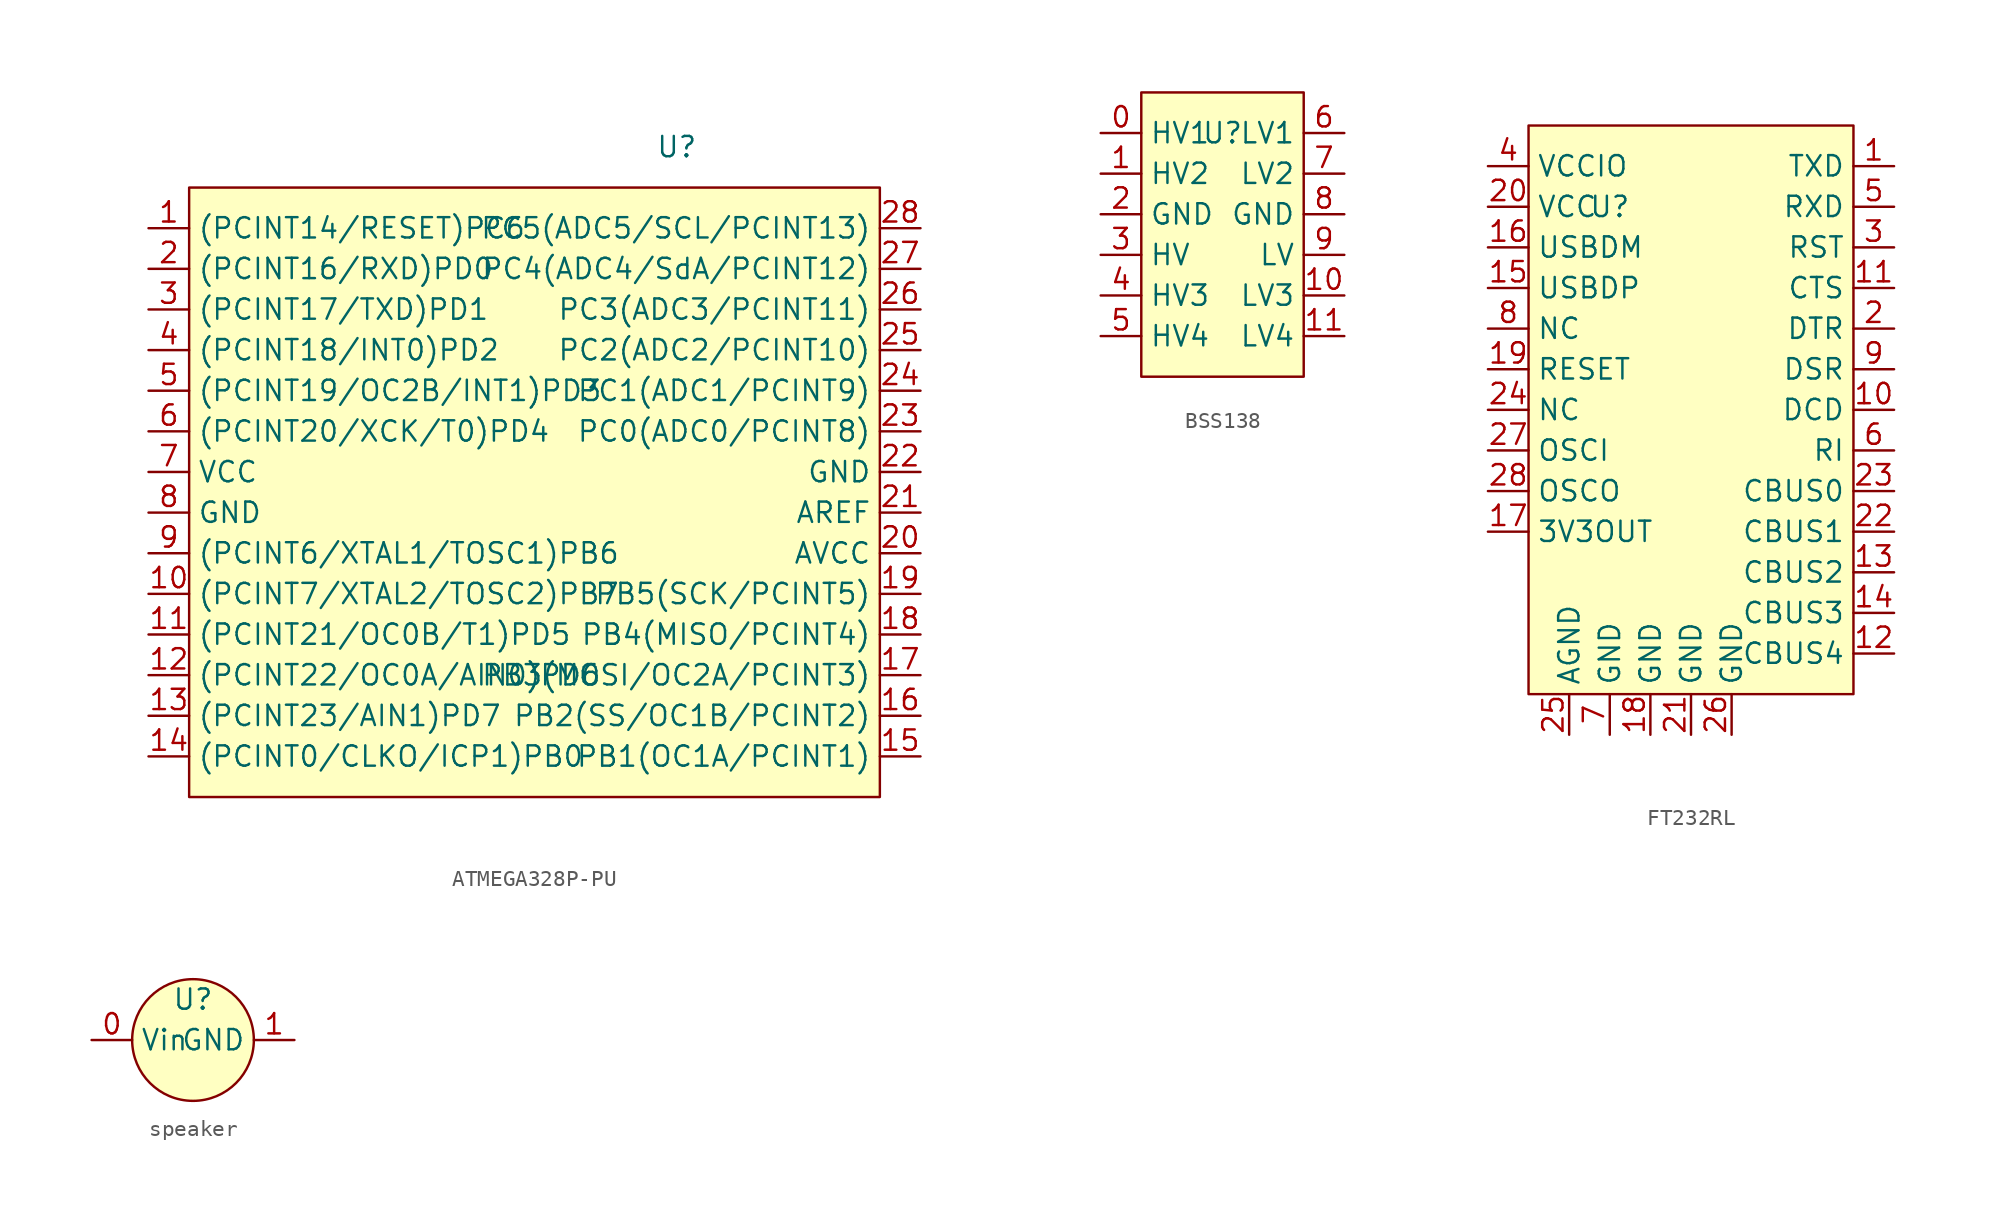
<source format=kicad_sym>
(kicad_symbol_lib
  (version 20220914)
  (generator kicad_symbol_editor)
  (symbol "ATMEGA328P-PU"
    (property "Reference" "U"
      (at 8.89 21.59 0)
      (effects (font (size 1.27 1.27))))
    (property "Value" ""
      (at -24.13 19.05 0)
      (effects (font (size 1.27 1.27))))
    (symbol "ATMEGA328P-PU_1_1"
      (rectangle (start -21.59 19.05) (end 21.59 -19.05) (stroke (width 0) (type default)) (fill (type background)))
      (pin passive line (at -24.13 16.51 0) (length 2.54) (name "(PCINT14/RESET)PC6" (effects (font (size 1.27 1.27)))) (number "1" (effects (font (size 1.27 1.27)))))
      (pin passive line (at -24.13 -6.35 0) (length 2.54) (name "(PCINT7/XTAL2/TOSC2)PB7" (effects (font (size 1.27 1.27)))) (number "10" (effects (font (size 1.27 1.27)))))
      (pin passive line (at -24.13 -8.89 0) (length 2.54) (name "(PCINT21/OC0B/T1)PD5" (effects (font (size 1.27 1.27)))) (number "11" (effects (font (size 1.27 1.27)))))
      (pin passive line (at -24.13 -11.43 0) (length 2.54) (name "(PCINT22/OC0A/AIN0)PD6" (effects (font (size 1.27 1.27)))) (number "12" (effects (font (size 1.27 1.27)))))
      (pin passive line (at -24.13 -13.97 0) (length 2.54) (name "(PCINT23/AIN1)PD7" (effects (font (size 1.27 1.27)))) (number "13" (effects (font (size 1.27 1.27)))))
      (pin passive line (at -24.13 -16.51 0) (length 2.54) (name "(PCINT0/CLKO/ICP1)PB0" (effects (font (size 1.27 1.27)))) (number "14" (effects (font (size 1.27 1.27)))))
      (pin passive line (at 24.13 -16.51 180) (length 2.54) (name "PB1(OC1A/PCINT1)" (effects (font (size 1.27 1.27)))) (number "15" (effects (font (size 1.27 1.27)))))
      (pin passive line (at 24.13 -13.97 180) (length 2.54) (name "PB2(SS/OC1B/PCINT2)" (effects (font (size 1.27 1.27)))) (number "16" (effects (font (size 1.27 1.27)))))
      (pin passive line (at 24.13 -11.43 180) (length 2.54) (name "PB3(MOSI/OC2A/PCINT3)" (effects (font (size 1.27 1.27)))) (number "17" (effects (font (size 1.27 1.27)))))
      (pin passive line (at 24.13 -8.89 180) (length 2.54) (name "PB4(MISO/PCINT4)" (effects (font (size 1.27 1.27)))) (number "18" (effects (font (size 1.27 1.27)))))
      (pin passive line (at 24.13 -6.35 180) (length 2.54) (name "PB5(SCK/PCINT5)" (effects (font (size 1.27 1.27)))) (number "19" (effects (font (size 1.27 1.27)))))
      (pin passive line (at -24.13 13.97 0) (length 2.54) (name "(PCINT16/RXD)PD0" (effects (font (size 1.27 1.27)))) (number "2" (effects (font (size 1.27 1.27)))))
      (pin passive line (at 24.13 -3.81 180) (length 2.54) (name "AVCC" (effects (font (size 1.27 1.27)))) (number "20" (effects (font (size 1.27 1.27)))))
      (pin passive line (at 24.13 -1.27 180) (length 2.54) (name "AREF" (effects (font (size 1.27 1.27)))) (number "21" (effects (font (size 1.27 1.27)))))
      (pin passive line (at 24.13 1.27 180) (length 2.54) (name "GND" (effects (font (size 1.27 1.27)))) (number "22" (effects (font (size 1.27 1.27)))))
      (pin passive line (at 24.13 3.81 180) (length 2.54) (name "PC0(ADC0/PCINT8)" (effects (font (size 1.27 1.27)))) (number "23" (effects (font (size 1.27 1.27)))))
      (pin passive line (at 24.13 6.35 180) (length 2.54) (name "PC1(ADC1/PCINT9)" (effects (font (size 1.27 1.27)))) (number "24" (effects (font (size 1.27 1.27)))))
      (pin passive line (at 24.13 8.89 180) (length 2.54) (name "PC2(ADC2/PCINT10)" (effects (font (size 1.27 1.27)))) (number "25" (effects (font (size 1.27 1.27)))))
      (pin passive line (at 24.13 11.43 180) (length 2.54) (name "PC3(ADC3/PCINT11)" (effects (font (size 1.27 1.27)))) (number "26" (effects (font (size 1.27 1.27)))))
      (pin passive line (at 24.13 13.97 180) (length 2.54) (name "PC4(ADC4/SdA/PCINT12)" (effects (font (size 1.27 1.27)))) (number "27" (effects (font (size 1.27 1.27)))))
      (pin passive line (at 24.13 16.51 180) (length 2.54) (name "PC5(ADC5/SCL/PCINT13)" (effects (font (size 1.27 1.27)))) (number "28" (effects (font (size 1.27 1.27)))))
      (pin passive line (at -24.13 11.43 0) (length 2.54) (name "(PCINT17/TXD)PD1" (effects (font (size 1.27 1.27)))) (number "3" (effects (font (size 1.27 1.27)))))
      (pin passive line (at -24.13 8.89 0) (length 2.54) (name "(PCINT18/INT0)PD2" (effects (font (size 1.27 1.27)))) (number "4" (effects (font (size 1.27 1.27)))))
      (pin passive line (at -24.13 6.35 0) (length 2.54) (name "(PCINT19/OC2B/INT1)PD3" (effects (font (size 1.27 1.27)))) (number "5" (effects (font (size 1.27 1.27)))))
      (pin passive line (at -24.13 3.81 0) (length 2.54) (name "(PCINT20/XCK/T0)PD4" (effects (font (size 1.27 1.27)))) (number "6" (effects (font (size 1.27 1.27)))))
      (pin passive line (at -24.13 1.27 0) (length 2.54) (name "VCC" (effects (font (size 1.27 1.27)))) (number "7" (effects (font (size 1.27 1.27)))))
      (pin passive line (at -24.13 -1.27 0) (length 2.54) (name "GND" (effects (font (size 1.27 1.27)))) (number "8" (effects (font (size 1.27 1.27)))))
      (pin passive line (at -24.13 -3.81 0) (length 2.54) (name "(PCINT6/XTAL1/TOSC1)PB6" (effects (font (size 1.27 1.27)))) (number "9" (effects (font (size 1.27 1.27)))))))
  (symbol "BSS138"
    (property "Reference" "U"
      (at 0 6.35 0)
      (effects (font (size 1.27 1.27))))
    (property "Value" ""
      (at -5.08 6.35 0)
      (effects (font (size 1.27 1.27))))
    (symbol "BSS138_1_1"
      (rectangle (start -5.08 8.89) (end 5.08 -8.89) (stroke (width 0) (type default)) (fill (type background)))
      (pin passive line (at -7.62 6.35 0) (length 2.54) (name "HV1" (effects (font (size 1.27 1.27)))) (number "0" (effects (font (size 1.27 1.27)))))
      (pin passive line (at -7.62 3.81 0) (length 2.54) (name "HV2" (effects (font (size 1.27 1.27)))) (number "1" (effects (font (size 1.27 1.27)))))
      (pin passive line (at 7.62 -3.81 180) (length 2.54) (name "LV3" (effects (font (size 1.27 1.27)))) (number "10" (effects (font (size 1.27 1.27)))))
      (pin passive line (at 7.62 -6.35 180) (length 2.54) (name "LV4" (effects (font (size 1.27 1.27)))) (number "11" (effects (font (size 1.27 1.27)))))
      (pin passive line (at -7.62 1.27 0) (length 2.54) (name "GND" (effects (font (size 1.27 1.27)))) (number "2" (effects (font (size 1.27 1.27)))))
      (pin passive line (at -7.62 -1.27 0) (length 2.54) (name "HV" (effects (font (size 1.27 1.27)))) (number "3" (effects (font (size 1.27 1.27)))))
      (pin passive line (at -7.62 -3.81 0) (length 2.54) (name "HV3" (effects (font (size 1.27 1.27)))) (number "4" (effects (font (size 1.27 1.27)))))
      (pin passive line (at -7.62 -6.35 0) (length 2.54) (name "HV4" (effects (font (size 1.27 1.27)))) (number "5" (effects (font (size 1.27 1.27)))))
      (pin passive line (at 7.62 6.35 180) (length 2.54) (name "LV1" (effects (font (size 1.27 1.27)))) (number "6" (effects (font (size 1.27 1.27)))))
      (pin passive line (at 7.62 3.81 180) (length 2.54) (name "LV2" (effects (font (size 1.27 1.27)))) (number "7" (effects (font (size 1.27 1.27)))))
      (pin passive line (at 7.62 1.27 180) (length 2.54) (name "GND" (effects (font (size 1.27 1.27)))) (number "8" (effects (font (size 1.27 1.27)))))
      (pin passive line (at 7.62 -1.27 180) (length 2.54) (name "LV" (effects (font (size 1.27 1.27)))) (number "9" (effects (font (size 1.27 1.27)))))))
  (symbol "FT232RL"
    (property "Reference" "U"
      (at -3.81 12.7 0)
      (effects (font (size 1.27 1.27))))
    (property "Value" ""
      (at -8.89 15.24 0)
      (effects (font (size 1.27 1.27))))
    (symbol "FT232RL_1_1"
      (rectangle (start -8.89 17.78) (end 11.43 -17.78) (stroke (width 0) (type default)) (fill (type background)))
      (pin passive line (at 13.97 15.24 180) (length 2.54) (name "TXD" (effects (font (size 1.27 1.27)))) (number "1" (effects (font (size 1.27 1.27)))))
      (pin passive line (at 13.97 0 180) (length 2.54) (name "DCD" (effects (font (size 1.27 1.27)))) (number "10" (effects (font (size 1.27 1.27)))))
      (pin passive line (at 13.97 7.62 180) (length 2.54) (name "CTS" (effects (font (size 1.27 1.27)))) (number "11" (effects (font (size 1.27 1.27)))))
      (pin passive line (at 13.97 -15.24 180) (length 2.54) (name "CBUS4" (effects (font (size 1.27 1.27)))) (number "12" (effects (font (size 1.27 1.27)))))
      (pin passive line (at 13.97 -10.16 180) (length 2.54) (name "CBUS2" (effects (font (size 1.27 1.27)))) (number "13" (effects (font (size 1.27 1.27)))))
      (pin passive line (at 13.97 -12.7 180) (length 2.54) (name "CBUS3" (effects (font (size 1.27 1.27)))) (number "14" (effects (font (size 1.27 1.27)))))
      (pin passive line (at -11.43 7.62 0) (length 2.54) (name "USBDP" (effects (font (size 1.27 1.27)))) (number "15" (effects (font (size 1.27 1.27)))))
      (pin passive line (at -11.43 10.16 0) (length 2.54) (name "USBDM" (effects (font (size 1.27 1.27)))) (number "16" (effects (font (size 1.27 1.27)))))
      (pin passive line (at -11.43 -7.62 0) (length 2.54) (name "3V3OUT" (effects (font (size 1.27 1.27)))) (number "17" (effects (font (size 1.27 1.27)))))
      (pin passive line (at -1.27 -20.32 90) (length 2.54) (name "GND" (effects (font (size 1.27 1.27)))) (number "18" (effects (font (size 1.27 1.27)))))
      (pin passive line (at -11.43 2.54 0) (length 2.54) (name "RESET" (effects (font (size 1.27 1.27)))) (number "19" (effects (font (size 1.27 1.27)))))
      (pin passive line (at 13.97 5.08 180) (length 2.54) (name "DTR" (effects (font (size 1.27 1.27)))) (number "2" (effects (font (size 1.27 1.27)))))
      (pin passive line (at -11.43 12.7 0) (length 2.54) (name "VCC" (effects (font (size 1.27 1.27)))) (number "20" (effects (font (size 1.27 1.27)))))
      (pin passive line (at 1.27 -20.32 90) (length 2.54) (name "GND" (effects (font (size 1.27 1.27)))) (number "21" (effects (font (size 1.27 1.27)))))
      (pin passive line (at 13.97 -7.62 180) (length 2.54) (name "CBUS1" (effects (font (size 1.27 1.27)))) (number "22" (effects (font (size 1.27 1.27)))))
      (pin passive line (at 13.97 -5.08 180) (length 2.54) (name "CBUS0" (effects (font (size 1.27 1.27)))) (number "23" (effects (font (size 1.27 1.27)))))
      (pin passive line (at -11.43 0 0) (length 2.54) (name "NC" (effects (font (size 1.27 1.27)))) (number "24" (effects (font (size 1.27 1.27)))))
      (pin passive line (at -6.35 -20.32 90) (length 2.54) (name "AGND" (effects (font (size 1.27 1.27)))) (number "25" (effects (font (size 1.27 1.27)))))
      (pin passive line (at 3.81 -20.32 90) (length 2.54) (name "GND" (effects (font (size 1.27 1.27)))) (number "26" (effects (font (size 1.27 1.27)))))
      (pin passive line (at -11.43 -2.54 0) (length 2.54) (name "OSCI" (effects (font (size 1.27 1.27)))) (number "27" (effects (font (size 1.27 1.27)))))
      (pin passive line (at -11.43 -5.08 0) (length 2.54) (name "OSCO" (effects (font (size 1.27 1.27)))) (number "28" (effects (font (size 1.27 1.27)))))
      (pin passive line (at 13.97 10.16 180) (length 2.54) (name "RST" (effects (font (size 1.27 1.27)))) (number "3" (effects (font (size 1.27 1.27)))))
      (pin passive line (at -11.43 15.24 0) (length 2.54) (name "VCCIO" (effects (font (size 1.27 1.27)))) (number "4" (effects (font (size 1.27 1.27)))))
      (pin passive line (at 13.97 12.7 180) (length 2.54) (name "RXD" (effects (font (size 1.27 1.27)))) (number "5" (effects (font (size 1.27 1.27)))))
      (pin passive line (at 13.97 -2.54 180) (length 2.54) (name "RI" (effects (font (size 1.27 1.27)))) (number "6" (effects (font (size 1.27 1.27)))))
      (pin passive line (at -3.81 -20.32 90) (length 2.54) (name "GND" (effects (font (size 1.27 1.27)))) (number "7" (effects (font (size 1.27 1.27)))))
      (pin passive line (at -11.43 5.08 0) (length 2.54) (name "NC" (effects (font (size 1.27 1.27)))) (number "8" (effects (font (size 1.27 1.27)))))
      (pin passive line (at 13.97 2.54 180) (length 2.54) (name "DSR" (effects (font (size 1.27 1.27)))) (number "9" (effects (font (size 1.27 1.27)))))))
  (symbol "speaker"
    (property "Reference" "U"
      (at 0 2.54 0)
      (effects (font (size 1.27 1.27))))
    (property "Value" ""
      (at -3.81 0 0)
      (effects (font (size 1.27 1.27))))
    (symbol "speaker_1_1"
      (circle (center 0 0) (radius 3.81) (stroke (width 0) (type default)) (fill (type background)))
      (pin passive line (at -6.35 0 0) (length 2.54) (name "Vin" (effects (font (size 1.27 1.27)))) (number "0" (effects (font (size 1.27 1.27)))))
      (pin passive line (at 6.35 0 180) (length 2.54) (name "GND" (effects (font (size 1.27 1.27)))) (number "1" (effects (font (size 1.27 1.27))))))))
</source>
